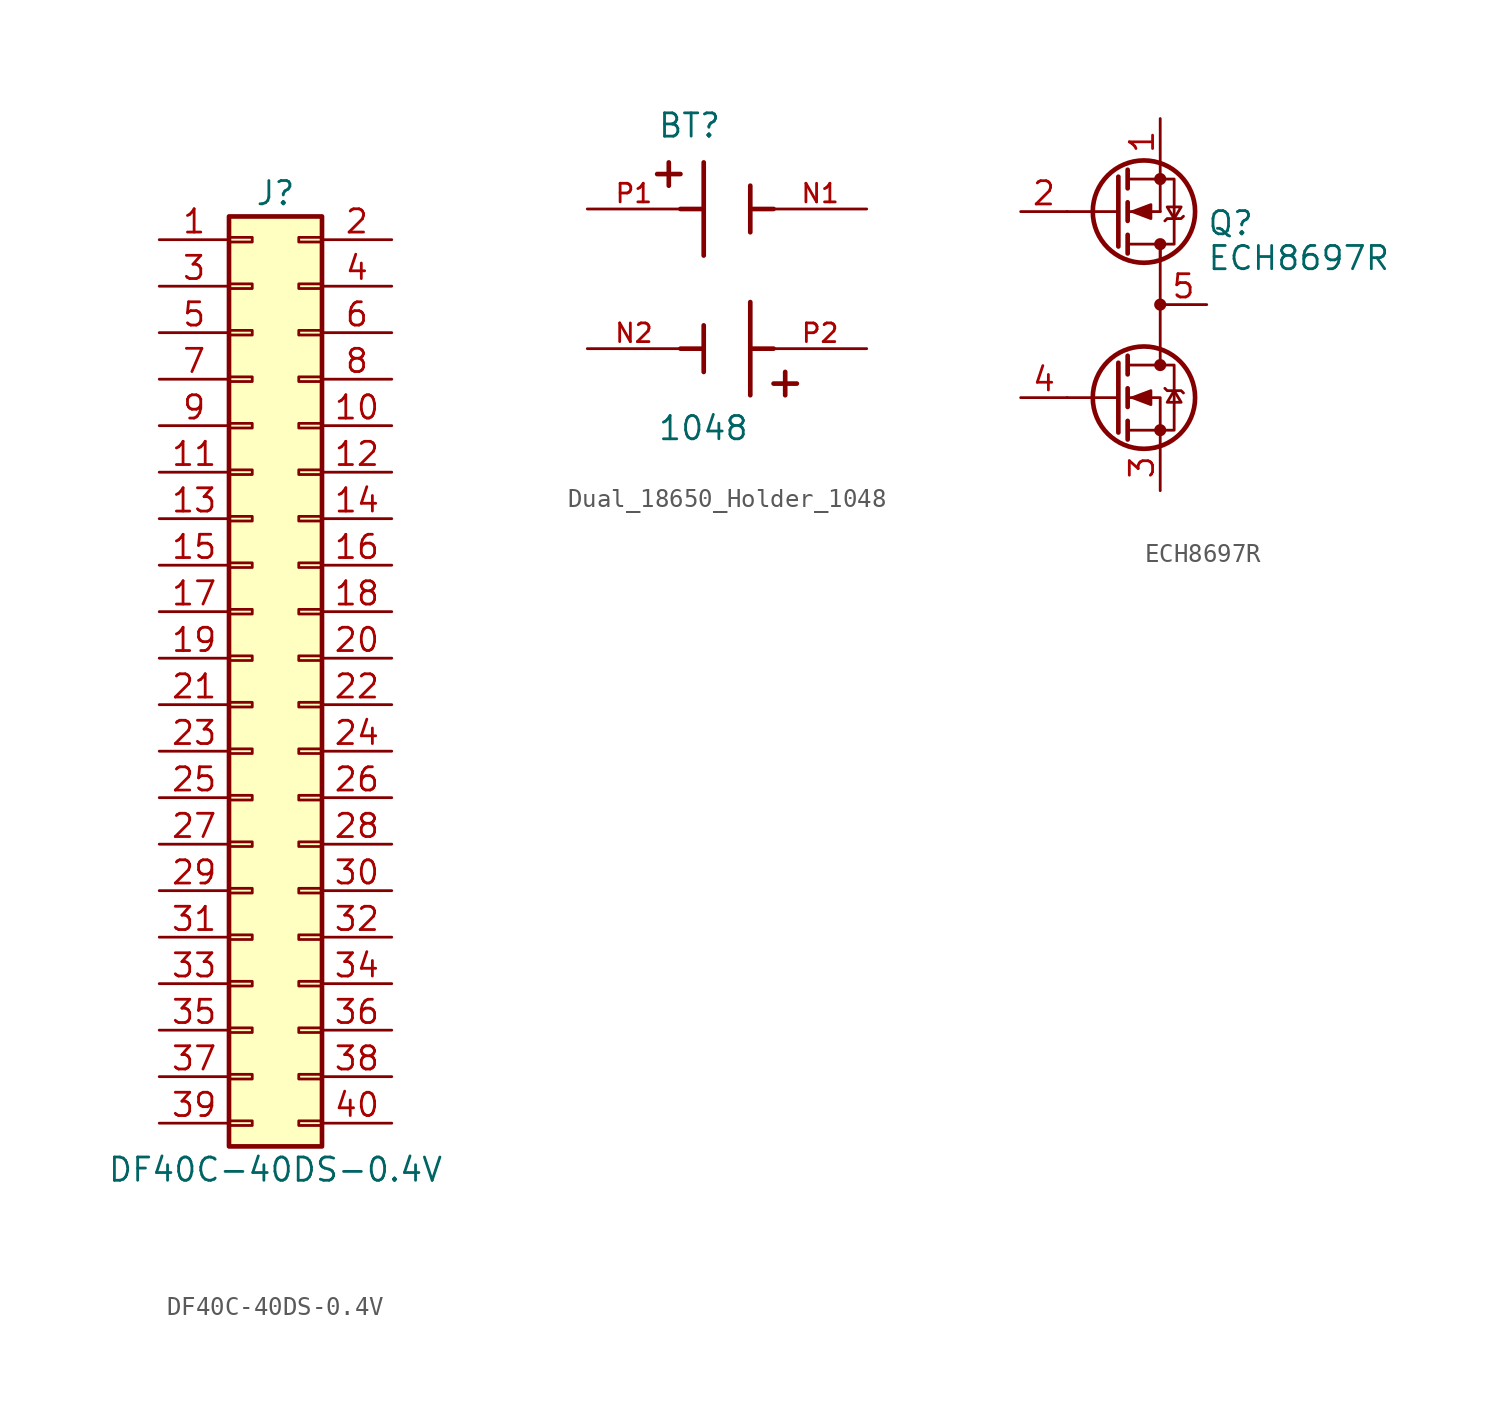
<source format=kicad_sym>
(kicad_symbol_lib
  (version 20220914)
  (generator kicad_symbol_editor)
  (symbol "DF40C-40DS-0.4V"
    (pin_names
      (offset 1.016) hide)
    (property "Reference" "J"
      (at 1.27 25.4 0)
      (effects (font (size 1.27 1.27))))
    (property "Value" "DF40C-40DS-0.4V"
      (at 1.27 -27.94 0)
      (effects (font (size 1.27 1.27))))
    (symbol "DF40C-40DS-0.4V_1_1"
      (rectangle (start -1.27 -25.273) (end 0 -25.527) (stroke (width 0.152) (type default)) (fill (type none)))
      (rectangle (start -1.27 -22.733) (end 0 -22.987) (stroke (width 0.152) (type default)) (fill (type none)))
      (rectangle (start -1.27 -20.193) (end 0 -20.447) (stroke (width 0.152) (type default)) (fill (type none)))
      (rectangle (start -1.27 -17.653) (end 0 -17.907) (stroke (width 0.152) (type default)) (fill (type none)))
      (rectangle (start -1.27 -15.113) (end 0 -15.367) (stroke (width 0.152) (type default)) (fill (type none)))
      (rectangle (start -1.27 -12.573) (end 0 -12.827) (stroke (width 0.152) (type default)) (fill (type none)))
      (rectangle (start -1.27 -10.033) (end 0 -10.287) (stroke (width 0.152) (type default)) (fill (type none)))
      (rectangle (start -1.27 -7.493) (end 0 -7.747) (stroke (width 0.152) (type default)) (fill (type none)))
      (rectangle (start -1.27 -4.953) (end 0 -5.207) (stroke (width 0.152) (type default)) (fill (type none)))
      (rectangle (start -1.27 -2.413) (end 0 -2.667) (stroke (width 0.152) (type default)) (fill (type none)))
      (rectangle (start -1.27 0.127) (end 0 -0.127) (stroke (width 0.152) (type default)) (fill (type none)))
      (rectangle (start -1.27 2.667) (end 0 2.413) (stroke (width 0.152) (type default)) (fill (type none)))
      (rectangle (start -1.27 5.207) (end 0 4.953) (stroke (width 0.152) (type default)) (fill (type none)))
      (rectangle (start -1.27 7.747) (end 0 7.493) (stroke (width 0.152) (type default)) (fill (type none)))
      (rectangle (start -1.27 10.287) (end 0 10.033) (stroke (width 0.152) (type default)) (fill (type none)))
      (rectangle (start -1.27 12.827) (end 0 12.573) (stroke (width 0.152) (type default)) (fill (type none)))
      (rectangle (start -1.27 15.367) (end 0 15.113) (stroke (width 0.152) (type default)) (fill (type none)))
      (rectangle (start -1.27 17.907) (end 0 17.653) (stroke (width 0.152) (type default)) (fill (type none)))
      (rectangle (start -1.27 20.447) (end 0 20.193) (stroke (width 0.152) (type default)) (fill (type none)))
      (rectangle (start -1.27 22.987) (end 0 22.733) (stroke (width 0.152) (type default)) (fill (type none)))
      (rectangle (start -1.27 24.13) (end 3.81 -26.67) (stroke (width 0.254) (type default)) (fill (type background)))
      (rectangle (start 3.81 -25.273) (end 2.54 -25.527) (stroke (width 0.152) (type default)) (fill (type none)))
      (rectangle (start 3.81 -22.733) (end 2.54 -22.987) (stroke (width 0.152) (type default)) (fill (type none)))
      (rectangle (start 3.81 -20.193) (end 2.54 -20.447) (stroke (width 0.152) (type default)) (fill (type none)))
      (rectangle (start 3.81 -17.653) (end 2.54 -17.907) (stroke (width 0.152) (type default)) (fill (type none)))
      (rectangle (start 3.81 -15.113) (end 2.54 -15.367) (stroke (width 0.152) (type default)) (fill (type none)))
      (rectangle (start 3.81 -12.573) (end 2.54 -12.827) (stroke (width 0.152) (type default)) (fill (type none)))
      (rectangle (start 3.81 -10.033) (end 2.54 -10.287) (stroke (width 0.152) (type default)) (fill (type none)))
      (rectangle (start 3.81 -7.493) (end 2.54 -7.747) (stroke (width 0.152) (type default)) (fill (type none)))
      (rectangle (start 3.81 -4.953) (end 2.54 -5.207) (stroke (width 0.152) (type default)) (fill (type none)))
      (rectangle (start 3.81 -2.413) (end 2.54 -2.667) (stroke (width 0.152) (type default)) (fill (type none)))
      (rectangle (start 3.81 0.127) (end 2.54 -0.127) (stroke (width 0.152) (type default)) (fill (type none)))
      (rectangle (start 3.81 2.667) (end 2.54 2.413) (stroke (width 0.152) (type default)) (fill (type none)))
      (rectangle (start 3.81 5.207) (end 2.54 4.953) (stroke (width 0.152) (type default)) (fill (type none)))
      (rectangle (start 3.81 7.747) (end 2.54 7.493) (stroke (width 0.152) (type default)) (fill (type none)))
      (rectangle (start 3.81 10.287) (end 2.54 10.033) (stroke (width 0.152) (type default)) (fill (type none)))
      (rectangle (start 3.81 12.827) (end 2.54 12.573) (stroke (width 0.152) (type default)) (fill (type none)))
      (rectangle (start 3.81 15.367) (end 2.54 15.113) (stroke (width 0.152) (type default)) (fill (type none)))
      (rectangle (start 3.81 17.907) (end 2.54 17.653) (stroke (width 0.152) (type default)) (fill (type none)))
      (rectangle (start 3.81 20.447) (end 2.54 20.193) (stroke (width 0.152) (type default)) (fill (type none)))
      (rectangle (start 3.81 22.987) (end 2.54 22.733) (stroke (width 0.152) (type default)) (fill (type none)))
      (pin passive line (at -5.08 22.86 0) (length 3.81) (name "Pin_1" (effects (font (size 1.27 1.27)))) (number "1" (effects (font (size 1.27 1.27)))))
      (pin passive line (at 7.62 12.7 180) (length 3.81) (name "Pin_10" (effects (font (size 1.27 1.27)))) (number "10" (effects (font (size 1.27 1.27)))))
      (pin passive line (at -5.08 10.16 0) (length 3.81) (name "Pin_11" (effects (font (size 1.27 1.27)))) (number "11" (effects (font (size 1.27 1.27)))))
      (pin passive line (at 7.62 10.16 180) (length 3.81) (name "Pin_12" (effects (font (size 1.27 1.27)))) (number "12" (effects (font (size 1.27 1.27)))))
      (pin passive line (at -5.08 7.62 0) (length 3.81) (name "Pin_13" (effects (font (size 1.27 1.27)))) (number "13" (effects (font (size 1.27 1.27)))))
      (pin passive line (at 7.62 7.62 180) (length 3.81) (name "Pin_14" (effects (font (size 1.27 1.27)))) (number "14" (effects (font (size 1.27 1.27)))))
      (pin passive line (at -5.08 5.08 0) (length 3.81) (name "Pin_15" (effects (font (size 1.27 1.27)))) (number "15" (effects (font (size 1.27 1.27)))))
      (pin passive line (at 7.62 5.08 180) (length 3.81) (name "Pin_16" (effects (font (size 1.27 1.27)))) (number "16" (effects (font (size 1.27 1.27)))))
      (pin passive line (at -5.08 2.54 0) (length 3.81) (name "Pin_17" (effects (font (size 1.27 1.27)))) (number "17" (effects (font (size 1.27 1.27)))))
      (pin passive line (at 7.62 2.54 180) (length 3.81) (name "Pin_18" (effects (font (size 1.27 1.27)))) (number "18" (effects (font (size 1.27 1.27)))))
      (pin passive line (at -5.08 0 0) (length 3.81) (name "Pin_19" (effects (font (size 1.27 1.27)))) (number "19" (effects (font (size 1.27 1.27)))))
      (pin passive line (at 7.62 22.86 180) (length 3.81) (name "Pin_2" (effects (font (size 1.27 1.27)))) (number "2" (effects (font (size 1.27 1.27)))))
      (pin passive line (at 7.62 0 180) (length 3.81) (name "Pin_20" (effects (font (size 1.27 1.27)))) (number "20" (effects (font (size 1.27 1.27)))))
      (pin passive line (at -5.08 -2.54 0) (length 3.81) (name "Pin_21" (effects (font (size 1.27 1.27)))) (number "21" (effects (font (size 1.27 1.27)))))
      (pin passive line (at 7.62 -2.54 180) (length 3.81) (name "Pin_22" (effects (font (size 1.27 1.27)))) (number "22" (effects (font (size 1.27 1.27)))))
      (pin passive line (at -5.08 -5.08 0) (length 3.81) (name "Pin_23" (effects (font (size 1.27 1.27)))) (number "23" (effects (font (size 1.27 1.27)))))
      (pin passive line (at 7.62 -5.08 180) (length 3.81) (name "Pin_24" (effects (font (size 1.27 1.27)))) (number "24" (effects (font (size 1.27 1.27)))))
      (pin passive line (at -5.08 -7.62 0) (length 3.81) (name "Pin_25" (effects (font (size 1.27 1.27)))) (number "25" (effects (font (size 1.27 1.27)))))
      (pin passive line (at 7.62 -7.62 180) (length 3.81) (name "Pin_26" (effects (font (size 1.27 1.27)))) (number "26" (effects (font (size 1.27 1.27)))))
      (pin passive line (at -5.08 -10.16 0) (length 3.81) (name "Pin_27" (effects (font (size 1.27 1.27)))) (number "27" (effects (font (size 1.27 1.27)))))
      (pin passive line (at 7.62 -10.16 180) (length 3.81) (name "Pin_28" (effects (font (size 1.27 1.27)))) (number "28" (effects (font (size 1.27 1.27)))))
      (pin passive line (at -5.08 -12.7 0) (length 3.81) (name "Pin_29" (effects (font (size 1.27 1.27)))) (number "29" (effects (font (size 1.27 1.27)))))
      (pin passive line (at -5.08 20.32 0) (length 3.81) (name "Pin_3" (effects (font (size 1.27 1.27)))) (number "3" (effects (font (size 1.27 1.27)))))
      (pin passive line (at 7.62 -12.7 180) (length 3.81) (name "Pin_30" (effects (font (size 1.27 1.27)))) (number "30" (effects (font (size 1.27 1.27)))))
      (pin passive line (at -5.08 -15.24 0) (length 3.81) (name "Pin_31" (effects (font (size 1.27 1.27)))) (number "31" (effects (font (size 1.27 1.27)))))
      (pin passive line (at 7.62 -15.24 180) (length 3.81) (name "Pin_32" (effects (font (size 1.27 1.27)))) (number "32" (effects (font (size 1.27 1.27)))))
      (pin passive line (at -5.08 -17.78 0) (length 3.81) (name "Pin_33" (effects (font (size 1.27 1.27)))) (number "33" (effects (font (size 1.27 1.27)))))
      (pin passive line (at 7.62 -17.78 180) (length 3.81) (name "Pin_34" (effects (font (size 1.27 1.27)))) (number "34" (effects (font (size 1.27 1.27)))))
      (pin passive line (at -5.08 -20.32 0) (length 3.81) (name "Pin_35" (effects (font (size 1.27 1.27)))) (number "35" (effects (font (size 1.27 1.27)))))
      (pin passive line (at 7.62 -20.32 180) (length 3.81) (name "Pin_36" (effects (font (size 1.27 1.27)))) (number "36" (effects (font (size 1.27 1.27)))))
      (pin passive line (at -5.08 -22.86 0) (length 3.81) (name "Pin_37" (effects (font (size 1.27 1.27)))) (number "37" (effects (font (size 1.27 1.27)))))
      (pin passive line (at 7.62 -22.86 180) (length 3.81) (name "Pin_38" (effects (font (size 1.27 1.27)))) (number "38" (effects (font (size 1.27 1.27)))))
      (pin passive line (at -5.08 -25.4 0) (length 3.81) (name "Pin_39" (effects (font (size 1.27 1.27)))) (number "39" (effects (font (size 1.27 1.27)))))
      (pin passive line (at 7.62 20.32 180) (length 3.81) (name "Pin_4" (effects (font (size 1.27 1.27)))) (number "4" (effects (font (size 1.27 1.27)))))
      (pin passive line (at 7.62 -25.4 180) (length 3.81) (name "Pin_40" (effects (font (size 1.27 1.27)))) (number "40" (effects (font (size 1.27 1.27)))))
      (pin passive line (at -5.08 17.78 0) (length 3.81) (name "Pin_5" (effects (font (size 1.27 1.27)))) (number "5" (effects (font (size 1.27 1.27)))))
      (pin passive line (at 7.62 17.78 180) (length 3.81) (name "Pin_6" (effects (font (size 1.27 1.27)))) (number "6" (effects (font (size 1.27 1.27)))))
      (pin passive line (at -5.08 15.24 0) (length 3.81) (name "Pin_7" (effects (font (size 1.27 1.27)))) (number "7" (effects (font (size 1.27 1.27)))))
      (pin passive line (at 7.62 15.24 180) (length 3.81) (name "Pin_8" (effects (font (size 1.27 1.27)))) (number "8" (effects (font (size 1.27 1.27)))))
      (pin passive line (at -5.08 12.7 0) (length 3.81) (name "Pin_9" (effects (font (size 1.27 1.27)))) (number "9" (effects (font (size 1.27 1.27)))))))
  (symbol "Dual_18650_Holder_1048"
    (pin_names
      (offset 1.016))
    (property "Reference" "BT"
      (at -3.81 6.35 0)
      (effects (font (size 1.27 1.27)) (justify left bottom)))
    (property "Value" "1048"
      (at -3.81 -10.16 0)
      (effects (font (size 1.27 1.27)) (justify left bottom)))
    (symbol "Dual_18650_Holder_1048_0_0"
      (polyline (pts (xy -3.81 4.445) (xy -2.54 4.445)) (stroke (width 0.254) (type default)) (fill (type none)))
      (polyline (pts (xy -3.175 5.08) (xy -3.175 3.81)) (stroke (width 0.254) (type default)) (fill (type none)))
      (polyline (pts (xy -1.27 -6.35) (xy -1.27 -5.08)) (stroke (width 0.254) (type default)) (fill (type none)))
      (polyline (pts (xy -1.27 -5.08) (xy -2.54 -5.08)) (stroke (width 0.254) (type default)) (fill (type none)))
      (polyline (pts (xy -1.27 -5.08) (xy -1.27 -3.81)) (stroke (width 0.254) (type default)) (fill (type none)))
      (polyline (pts (xy -1.27 2.54) (xy -2.54 2.54)) (stroke (width 0.254) (type default)) (fill (type none)))
      (polyline (pts (xy -1.27 2.54) (xy -1.27 0)) (stroke (width 0.254) (type default)) (fill (type none)))
      (polyline (pts (xy -1.27 5.08) (xy -1.27 2.54)) (stroke (width 0.254) (type default)) (fill (type none)))
      (polyline (pts (xy 1.27 -7.62) (xy 1.27 -5.08)) (stroke (width 0.254) (type default)) (fill (type none)))
      (polyline (pts (xy 1.27 -5.08) (xy 1.27 -2.54)) (stroke (width 0.254) (type default)) (fill (type none)))
      (polyline (pts (xy 1.27 -5.08) (xy 2.54 -5.08)) (stroke (width 0.254) (type default)) (fill (type none)))
      (polyline (pts (xy 1.27 2.54) (xy 1.27 1.27)) (stroke (width 0.254) (type default)) (fill (type none)))
      (polyline (pts (xy 1.27 2.54) (xy 2.54 2.54)) (stroke (width 0.254) (type default)) (fill (type none)))
      (polyline (pts (xy 1.27 3.81) (xy 1.27 2.54)) (stroke (width 0.254) (type default)) (fill (type none)))
      (polyline (pts (xy 3.175 -7.62) (xy 3.175 -6.35)) (stroke (width 0.254) (type default)) (fill (type none)))
      (polyline (pts (xy 3.81 -6.985) (xy 2.54 -6.985)) (stroke (width 0.254) (type default)) (fill (type none)))
      (pin passive line (at 7.62 2.54 180) (length 5.08) (name "~" (effects (font (size 1.016 1.016)))) (number "N1" (effects (font (size 1.016 1.016)))))
      (pin passive line (at -7.62 -5.08 0) (length 5.08) (name "~" (effects (font (size 1.016 1.016)))) (number "N2" (effects (font (size 1.016 1.016)))))
      (pin passive line (at -7.62 2.54 0) (length 5.08) (name "~" (effects (font (size 1.016 1.016)))) (number "P1" (effects (font (size 1.016 1.016)))))
      (pin passive line (at 7.62 -5.08 180) (length 5.08) (name "~" (effects (font (size 1.016 1.016)))) (number "P2" (effects (font (size 1.016 1.016)))))))
  (symbol "ECH8697R"
    (pin_names hide)
    (property "Reference" "Q"
      (at 5.08 4.445 0)
      (effects (font (size 1.27 1.27)) (justify left)))
    (property "Value" "ECH8697R"
      (at 5.08 2.54 0)
      (effects (font (size 1.27 1.27)) (justify left)))
    (symbol "ECH8697R_0_1"
      (polyline (pts (xy 0.254 -5.08) (xy -2.54 -5.08)) (stroke (width 0) (type default)) (fill (type none)))
      (polyline (pts (xy 0.254 -3.175) (xy 0.254 -6.985)) (stroke (width 0.254) (type default)) (fill (type none)))
      (polyline (pts (xy 0.254 3.175) (xy 0.254 6.985)) (stroke (width 0.254) (type default)) (fill (type none)))
      (polyline (pts (xy 0.254 5.08) (xy -2.54 5.08)) (stroke (width 0) (type default)) (fill (type none)))
      (polyline (pts (xy 0.762 -6.35) (xy 0.762 -7.366)) (stroke (width 0.254) (type default)) (fill (type none)))
      (polyline (pts (xy 0.762 -4.572) (xy 0.762 -5.588)) (stroke (width 0.254) (type default)) (fill (type none)))
      (polyline (pts (xy 0.762 -2.794) (xy 0.762 -3.81)) (stroke (width 0.254) (type default)) (fill (type none)))
      (polyline (pts (xy 0.762 2.794) (xy 0.762 3.81)) (stroke (width 0.254) (type default)) (fill (type none)))
      (polyline (pts (xy 0.762 4.572) (xy 0.762 5.588)) (stroke (width 0.254) (type default)) (fill (type none)))
      (polyline (pts (xy 0.762 6.35) (xy 0.762 7.366)) (stroke (width 0.254) (type default)) (fill (type none)))
      (polyline (pts (xy 2.54 2.54) (xy 2.54 3.302)) (stroke (width 0) (type default)) (fill (type none)))
      (polyline (pts (xy 2.54 -7.62) (xy 2.54 -5.08) (xy 0.762 -5.08)) (stroke (width 0) (type default)) (fill (type none)))
      (polyline (pts (xy 2.54 -3.302) (xy 2.54 3.302) (xy 2.54 3.302)) (stroke (width 0) (type default)) (fill (type none)))
      (polyline (pts (xy 2.54 5.08) (xy 2.54 5.08) (xy 0.762 5.08)) (stroke (width 0) (type default)) (fill (type none)))
      (polyline (pts (xy 2.54 5.08) (xy 2.54 7.62) (xy 2.54 7.62)) (stroke (width 0) (type default)) (fill (type none)))
      (polyline (pts (xy 0.762 -6.858) (xy 3.302 -6.858) (xy 3.302 -3.302) (xy 0.762 -3.302)) (stroke (width 0) (type default)) (fill (type none)))
      (polyline (pts (xy 0.762 6.858) (xy 3.302 6.858) (xy 3.302 3.302) (xy 0.762 3.302)) (stroke (width 0) (type default)) (fill (type none)))
      (polyline (pts (xy 1.016 -5.08) (xy 2.032 -4.699) (xy 2.032 -5.461) (xy 1.016 -5.08)) (stroke (width 0) (type default)) (fill (type outline)))
      (polyline (pts (xy 1.016 5.08) (xy 2.032 4.699) (xy 2.032 5.461) (xy 1.016 5.08)) (stroke (width 0) (type default)) (fill (type outline)))
      (polyline (pts (xy 2.794 -4.572) (xy 2.921 -4.699) (xy 3.683 -4.699) (xy 3.81 -4.826)) (stroke (width 0) (type default)) (fill (type none)))
      (polyline (pts (xy 2.794 4.572) (xy 2.921 4.699) (xy 3.683 4.699) (xy 3.81 4.826)) (stroke (width 0) (type default)) (fill (type none)))
      (polyline (pts (xy 3.302 -4.699) (xy 2.921 -5.334) (xy 3.683 -5.334) (xy 3.302 -4.699)) (stroke (width 0) (type default)) (fill (type none)))
      (polyline (pts (xy 3.302 4.699) (xy 2.921 5.334) (xy 3.683 5.334) (xy 3.302 4.699)) (stroke (width 0) (type default)) (fill (type none)))
      (circle (center 1.651 -5.08) (radius 2.794) (stroke (width 0.254) (type default)) (fill (type none)))
      (circle (center 1.651 5.08) (radius 2.794) (stroke (width 0.254) (type default)) (fill (type none)))
      (circle (center 2.54 -6.858) (radius 0.254) (stroke (width 0) (type default)) (fill (type outline)))
      (circle (center 2.54 -3.302) (radius 0.254) (stroke (width 0) (type default)) (fill (type outline)))
      (circle (center 2.54 0) (radius 0.254) (stroke (width 0) (type default)) (fill (type outline)))
      (circle (center 2.54 3.302) (radius 0.254) (stroke (width 0) (type default)) (fill (type outline)))
      (circle (center 2.54 6.858) (radius 0.254) (stroke (width 0) (type default)) (fill (type outline))))
    (symbol "ECH8697R_1_1"
      (pin passive line (at 2.54 10.16 270) (length 2.54) (name "S1" (effects (font (size 1.27 1.27)))) (number "1" (effects (font (size 1.27 1.27)))))
      (pin input line (at -5.08 5.08 0) (length 2.54) (name "G1" (effects (font (size 1.27 1.27)))) (number "2" (effects (font (size 1.27 1.27)))))
      (pin passive line (at 2.54 -10.16 90) (length 2.54) (name "S2" (effects (font (size 1.27 1.27)))) (number "3" (effects (font (size 1.27 1.27)))))
      (pin input line (at -5.08 -5.08 0) (length 2.54) (name "G2" (effects (font (size 1.27 1.27)))) (number "4" (effects (font (size 1.27 1.27)))))
      (pin passive line (at 5.08 0 180) (length 2.54) (name "D1/D2" (effects (font (size 1.27 1.27)))) (number "5" (effects (font (size 1.27 1.27)))))
      (pin passive line (at 5.08 0 180) (length 2.54) hide (name "D1/D2" (effects (font (size 1.27 1.27)))) (number "6" (effects (font (size 1.27 1.27)))))
      (pin passive line (at 5.08 0 180) (length 2.54) hide (name "D1/D2" (effects (font (size 1.27 1.27)))) (number "7" (effects (font (size 1.27 1.27)))))
      (pin passive line (at 5.08 0 180) (length 2.54) hide (name "D1/D2" (effects (font (size 1.27 1.27)))) (number "8" (effects (font (size 1.27 1.27))))))))
</source>
